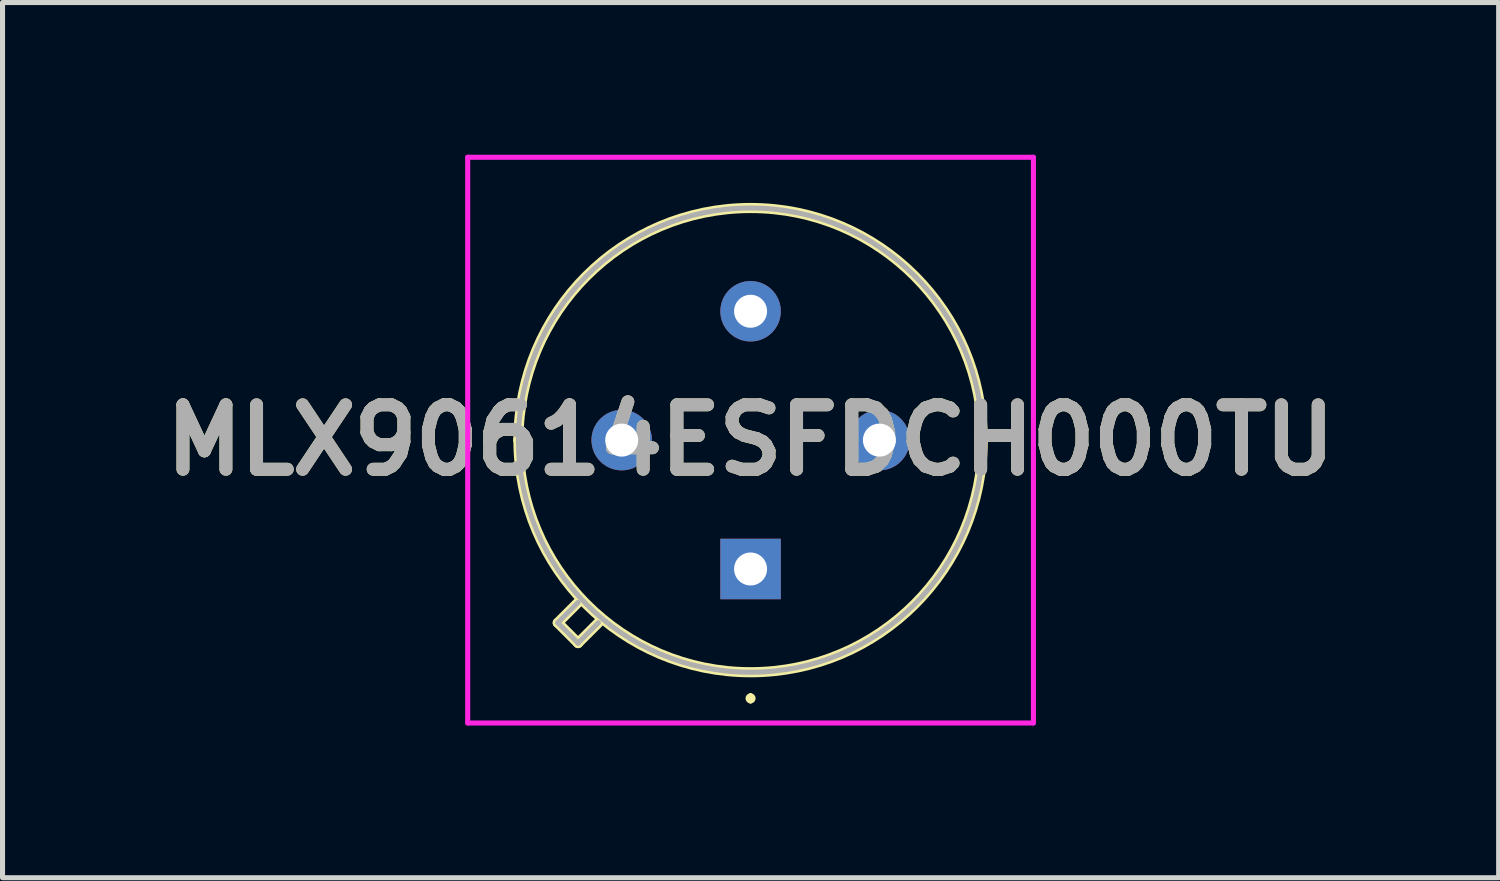
<source format=kicad_pcb>
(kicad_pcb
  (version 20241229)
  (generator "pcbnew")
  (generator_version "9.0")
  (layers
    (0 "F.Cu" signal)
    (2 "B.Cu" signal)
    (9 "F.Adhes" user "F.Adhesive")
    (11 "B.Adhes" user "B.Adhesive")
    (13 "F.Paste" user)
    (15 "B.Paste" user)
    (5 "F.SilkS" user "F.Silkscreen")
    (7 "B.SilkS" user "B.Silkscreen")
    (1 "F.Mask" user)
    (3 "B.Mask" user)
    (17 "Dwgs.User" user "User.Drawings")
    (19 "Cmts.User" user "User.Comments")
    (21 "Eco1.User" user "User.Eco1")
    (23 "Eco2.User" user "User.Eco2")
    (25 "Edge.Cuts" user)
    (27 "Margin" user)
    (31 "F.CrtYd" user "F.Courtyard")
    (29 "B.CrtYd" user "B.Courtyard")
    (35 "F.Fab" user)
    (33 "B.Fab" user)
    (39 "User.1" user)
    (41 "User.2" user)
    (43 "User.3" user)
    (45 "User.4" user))
  (footprint "MLX90614ESFDCH000TU"
    (layer "F.Cu")
    (at 11.744 8.165)
    (property "Reference" "MLX90614ESFDCH000TU" (at 0 -2.54 0) (layer "F.SilkS") (effects (font (size 1.27 1.27) (thickness 0.254))))
    (attr through_hole)
    (fp_line (start -4.575 -2.54) (end -4.575 -2.54) (stroke (width 0.2) (type solid)) (layer "F.SilkS"))
    (fp_line (start -3.8 1.06) (end -3.4 1.46) (stroke (width 0.2) (type solid)) (layer "F.SilkS"))
    (fp_line (start -3.4 0.66) (end -3.8 1.06) (stroke (width 0.2) (type solid)) (layer "F.SilkS"))
    (fp_line (start -3.4 1.46) (end -3 1.06) (stroke (width 0.2) (type solid)) (layer "F.SilkS"))
    (fp_line (start 0 2.5) (end 0 2.5) (stroke (width 0.1) (type solid)) (layer "F.SilkS"))
    (fp_line (start 0 2.6) (end 0 2.6) (stroke (width 0.1) (type solid)) (layer "F.SilkS"))
    (fp_line (start 4.575 -2.54) (end 4.575 -2.54) (stroke (width 0.2) (type solid)) (layer "F.SilkS"))
    (fp_arc (start -4.575 -2.54) (mid 0 -7.115) (end 4.575 -2.54) (stroke (width 0.2) (type solid)) (layer "F.SilkS"))
    (fp_arc (start 0 2.5) (mid 0.05 2.55) (end 0 2.6) (stroke (width 0.1) (type solid)) (layer "F.SilkS"))
    (fp_arc (start 0 2.6) (mid -0.05 2.55) (end 0 2.5) (stroke (width 0.1) (type solid)) (layer "F.SilkS"))
    (fp_arc (start 4.575 -2.54) (mid 0 2.035) (end -4.575 -2.54) (stroke (width 0.2) (type solid)) (layer "F.SilkS"))
    (fp_line (start -5.575 -8.115) (end 5.575 -8.115) (stroke (width 0.1) (type solid)) (layer "F.CrtYd"))
    (fp_line (start -5.575 3.035) (end -5.575 -8.115) (stroke (width 0.1) (type solid)) (layer "F.CrtYd"))
    (fp_line (start 5.575 -8.115) (end 5.575 3.035) (stroke (width 0.1) (type solid)) (layer "F.CrtYd"))
    (fp_line (start 5.575 3.035) (end -5.575 3.035) (stroke (width 0.1) (type solid)) (layer "F.CrtYd"))
    (fp_line (start -4.575 -2.54) (end -4.575 -2.54) (stroke (width 0.1) (type solid)) (layer "F.Fab"))
    (fp_line (start -3.8 1.06) (end -3.4 1.46) (stroke (width 0.1) (type solid)) (layer "F.Fab"))
    (fp_line (start -3.4 0.66) (end -3.8 1.06) (stroke (width 0.1) (type solid)) (layer "F.Fab"))
    (fp_line (start -3.4 1.46) (end -3 1.06) (stroke (width 0.1) (type solid)) (layer "F.Fab"))
    (fp_line (start 4.575 -2.54) (end 4.575 -2.54) (stroke (width 0.1) (type solid)) (layer "F.Fab"))
    (fp_arc (start -4.575 -2.54) (mid 0 -7.115) (end 4.575 -2.54) (stroke (width 0.1) (type solid)) (layer "F.Fab"))
    (fp_arc (start 4.575 -2.54) (mid 0 2.035) (end -4.575 -2.54) (stroke (width 0.1) (type solid)) (layer "F.Fab"))
    (fp_text user "${REFERENCE}" (at 0 -2.54 0) (layer "F.Fab") (effects (font (size 1.27 1.27) (thickness 0.254))))
    (pad "1" thru_hole rect (at 0 0) (size 1.192 1.192) (drill 0.65) (layers "*.Cu" "*.Mask"))
    (pad "2" thru_hole circle (at 2.54 -2.54) (size 1.192 1.192) (drill 0.65) (layers "*.Cu" "*.Mask"))
    (pad "3" thru_hole circle (at 0 -5.08) (size 1.192 1.192) (drill 0.65) (layers "*.Cu" "*.Mask"))
    (pad "4" thru_hole circle (at -2.54 -2.54) (size 1.192 1.192) (drill 0.65) (layers "*.Cu" "*.Mask")))
  (gr_rect
    (start -3 -3)
    (end 26.489 14.25)
    (stroke (width 0.1) (type default))
    (fill no)
    (layer "Edge.Cuts")))
</source>
